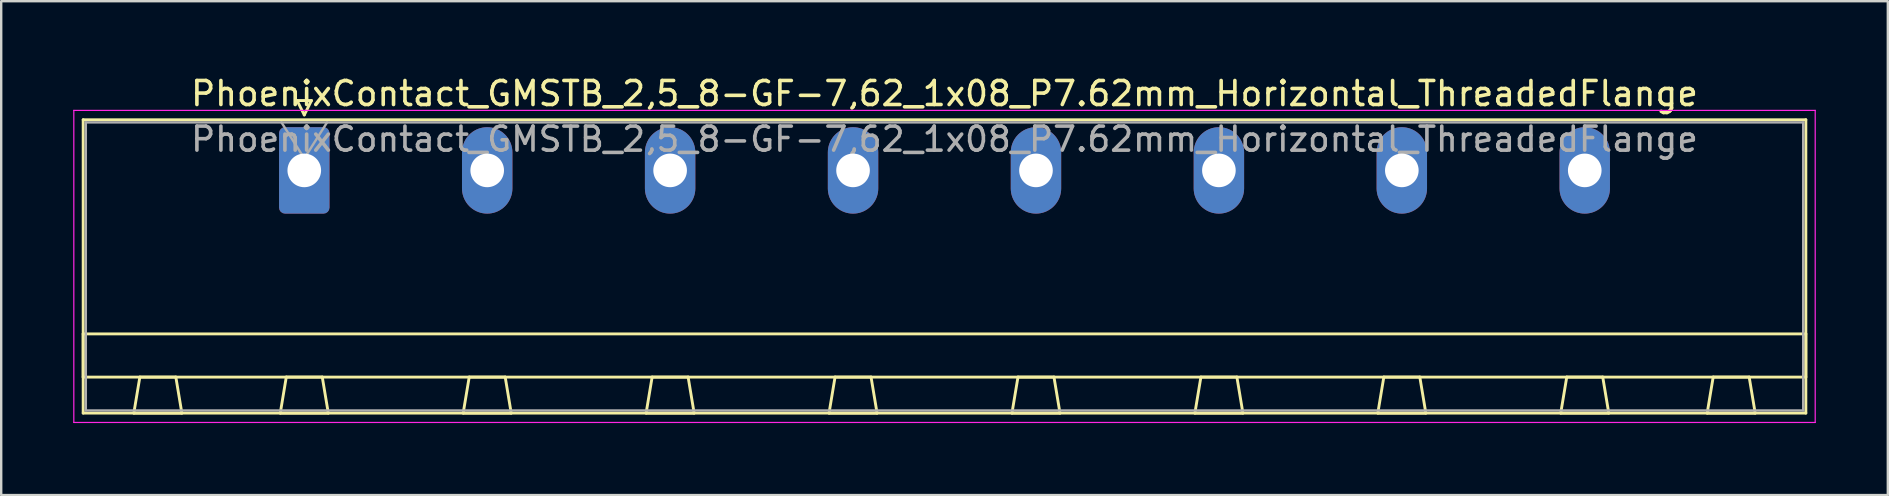
<source format=kicad_pcb>
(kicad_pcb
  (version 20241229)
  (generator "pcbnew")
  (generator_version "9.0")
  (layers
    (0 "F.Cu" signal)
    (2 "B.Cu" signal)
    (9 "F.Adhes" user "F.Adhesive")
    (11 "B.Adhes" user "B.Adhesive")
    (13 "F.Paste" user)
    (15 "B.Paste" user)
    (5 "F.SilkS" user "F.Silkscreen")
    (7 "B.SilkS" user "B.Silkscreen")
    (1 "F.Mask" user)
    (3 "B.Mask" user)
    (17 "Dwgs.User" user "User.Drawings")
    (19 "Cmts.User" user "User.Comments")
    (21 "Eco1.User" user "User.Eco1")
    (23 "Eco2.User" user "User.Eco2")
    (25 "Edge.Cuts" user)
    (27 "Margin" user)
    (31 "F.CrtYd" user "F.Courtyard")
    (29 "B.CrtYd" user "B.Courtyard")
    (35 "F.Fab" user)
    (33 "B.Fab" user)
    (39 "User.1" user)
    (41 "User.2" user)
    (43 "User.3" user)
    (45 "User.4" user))
  (footprint "PhoenixContact_GMSTB_2,5_8-GF-7,62_1x08_P7.62mm_Horizontal_ThreadedFlange"
    (layer "F.Cu")
    (at 9.625 4.048)
    (property "Reference" "PhoenixContact_GMSTB_2,5_8-GF-7,62_1x08_P7.62mm_Horizontal_ThreadedFlange" (at 26.67 -3.2 0) (layer "F.SilkS") (effects (font (size 1 1) (thickness 0.15))))
    (attr through_hole)
    (fp_line (start -9.21 -2.11) (end -9.21 10.11) (stroke (width 0.12) (type solid)) (layer "F.SilkS"))
    (fp_line (start -9.21 6.81) (end 62.55 6.81) (stroke (width 0.12) (type solid)) (layer "F.SilkS"))
    (fp_line (start -9.21 8.61) (end -9.21 6.81) (stroke (width 0.12) (type solid)) (layer "F.SilkS"))
    (fp_line (start -9.21 10.11) (end 62.55 10.11) (stroke (width 0.12) (type solid)) (layer "F.SilkS"))
    (fp_line (start -7.1 10.11) (end -5.1 10.11) (stroke (width 0.12) (type solid)) (layer "F.SilkS"))
    (fp_line (start -6.85 8.61) (end -7.1 10.11) (stroke (width 0.12) (type solid)) (layer "F.SilkS"))
    (fp_line (start -5.35 8.61) (end -6.85 8.61) (stroke (width 0.12) (type solid)) (layer "F.SilkS"))
    (fp_line (start -5.1 10.11) (end -5.35 8.61) (stroke (width 0.12) (type solid)) (layer "F.SilkS"))
    (fp_line (start -1 10.11) (end 1 10.11) (stroke (width 0.12) (type solid)) (layer "F.SilkS"))
    (fp_line (start -0.75 8.61) (end -1 10.11) (stroke (width 0.12) (type solid)) (layer "F.SilkS"))
    (fp_line (start -0.3 -2.91) (end 0.3 -2.91) (stroke (width 0.12) (type solid)) (layer "F.SilkS"))
    (fp_line (start 0 -2.31) (end -0.3 -2.91) (stroke (width 0.12) (type solid)) (layer "F.SilkS"))
    (fp_line (start 0.3 -2.91) (end 0 -2.31) (stroke (width 0.12) (type solid)) (layer "F.SilkS"))
    (fp_line (start 0.75 8.61) (end -0.75 8.61) (stroke (width 0.12) (type solid)) (layer "F.SilkS"))
    (fp_line (start 1 10.11) (end 0.75 8.61) (stroke (width 0.12) (type solid)) (layer "F.SilkS"))
    (fp_line (start 6.62 10.11) (end 8.62 10.11) (stroke (width 0.12) (type solid)) (layer "F.SilkS"))
    (fp_line (start 6.87 8.61) (end 6.62 10.11) (stroke (width 0.12) (type solid)) (layer "F.SilkS"))
    (fp_line (start 8.37 8.61) (end 6.87 8.61) (stroke (width 0.12) (type solid)) (layer "F.SilkS"))
    (fp_line (start 8.62 10.11) (end 8.37 8.61) (stroke (width 0.12) (type solid)) (layer "F.SilkS"))
    (fp_line (start 14.24 10.11) (end 16.24 10.11) (stroke (width 0.12) (type solid)) (layer "F.SilkS"))
    (fp_line (start 14.49 8.61) (end 14.24 10.11) (stroke (width 0.12) (type solid)) (layer "F.SilkS"))
    (fp_line (start 15.99 8.61) (end 14.49 8.61) (stroke (width 0.12) (type solid)) (layer "F.SilkS"))
    (fp_line (start 16.24 10.11) (end 15.99 8.61) (stroke (width 0.12) (type solid)) (layer "F.SilkS"))
    (fp_line (start 21.86 10.11) (end 23.86 10.11) (stroke (width 0.12) (type solid)) (layer "F.SilkS"))
    (fp_line (start 22.11 8.61) (end 21.86 10.11) (stroke (width 0.12) (type solid)) (layer "F.SilkS"))
    (fp_line (start 23.61 8.61) (end 22.11 8.61) (stroke (width 0.12) (type solid)) (layer "F.SilkS"))
    (fp_line (start 23.86 10.11) (end 23.61 8.61) (stroke (width 0.12) (type solid)) (layer "F.SilkS"))
    (fp_line (start 29.48 10.11) (end 31.48 10.11) (stroke (width 0.12) (type solid)) (layer "F.SilkS"))
    (fp_line (start 29.73 8.61) (end 29.48 10.11) (stroke (width 0.12) (type solid)) (layer "F.SilkS"))
    (fp_line (start 31.23 8.61) (end 29.73 8.61) (stroke (width 0.12) (type solid)) (layer "F.SilkS"))
    (fp_line (start 31.48 10.11) (end 31.23 8.61) (stroke (width 0.12) (type solid)) (layer "F.SilkS"))
    (fp_line (start 37.1 10.11) (end 39.1 10.11) (stroke (width 0.12) (type solid)) (layer "F.SilkS"))
    (fp_line (start 37.35 8.61) (end 37.1 10.11) (stroke (width 0.12) (type solid)) (layer "F.SilkS"))
    (fp_line (start 38.85 8.61) (end 37.35 8.61) (stroke (width 0.12) (type solid)) (layer "F.SilkS"))
    (fp_line (start 39.1 10.11) (end 38.85 8.61) (stroke (width 0.12) (type solid)) (layer "F.SilkS"))
    (fp_line (start 44.72 10.11) (end 46.72 10.11) (stroke (width 0.12) (type solid)) (layer "F.SilkS"))
    (fp_line (start 44.97 8.61) (end 44.72 10.11) (stroke (width 0.12) (type solid)) (layer "F.SilkS"))
    (fp_line (start 46.47 8.61) (end 44.97 8.61) (stroke (width 0.12) (type solid)) (layer "F.SilkS"))
    (fp_line (start 46.72 10.11) (end 46.47 8.61) (stroke (width 0.12) (type solid)) (layer "F.SilkS"))
    (fp_line (start 52.34 10.11) (end 54.34 10.11) (stroke (width 0.12) (type solid)) (layer "F.SilkS"))
    (fp_line (start 52.59 8.61) (end 52.34 10.11) (stroke (width 0.12) (type solid)) (layer "F.SilkS"))
    (fp_line (start 54.09 8.61) (end 52.59 8.61) (stroke (width 0.12) (type solid)) (layer "F.SilkS"))
    (fp_line (start 54.34 10.11) (end 54.09 8.61) (stroke (width 0.12) (type solid)) (layer "F.SilkS"))
    (fp_line (start 58.44 10.11) (end 60.44 10.11) (stroke (width 0.12) (type solid)) (layer "F.SilkS"))
    (fp_line (start 58.69 8.61) (end 58.44 10.11) (stroke (width 0.12) (type solid)) (layer "F.SilkS"))
    (fp_line (start 60.19 8.61) (end 58.69 8.61) (stroke (width 0.12) (type solid)) (layer "F.SilkS"))
    (fp_line (start 60.44 10.11) (end 60.19 8.61) (stroke (width 0.12) (type solid)) (layer "F.SilkS"))
    (fp_line (start 62.55 -2.11) (end -9.21 -2.11) (stroke (width 0.12) (type solid)) (layer "F.SilkS"))
    (fp_line (start 62.55 6.81) (end 62.55 8.61) (stroke (width 0.12) (type solid)) (layer "F.SilkS"))
    (fp_line (start 62.55 8.61) (end -9.21 8.61) (stroke (width 0.12) (type solid)) (layer "F.SilkS"))
    (fp_line (start 62.55 10.11) (end 62.55 -2.11) (stroke (width 0.12) (type solid)) (layer "F.SilkS"))
    (fp_line (start -9.6 -2.5) (end -9.6 10.5) (stroke (width 0.05) (type solid)) (layer "F.CrtYd"))
    (fp_line (start -9.6 10.5) (end 62.94 10.5) (stroke (width 0.05) (type solid)) (layer "F.CrtYd"))
    (fp_line (start 62.94 -2.5) (end -9.6 -2.5) (stroke (width 0.05) (type solid)) (layer "F.CrtYd"))
    (fp_line (start 62.94 10.5) (end 62.94 -2.5) (stroke (width 0.05) (type solid)) (layer "F.CrtYd"))
    (fp_line (start -9.1 -2) (end -9.1 10) (stroke (width 0.1) (type solid)) (layer "F.Fab"))
    (fp_line (start -9.1 10) (end 62.44 10) (stroke (width 0.1) (type solid)) (layer "F.Fab"))
    (fp_line (start 0 -0.5) (end -0.95 -2) (stroke (width 0.1) (type solid)) (layer "F.Fab"))
    (fp_line (start 0.95 -2) (end 0 -0.5) (stroke (width 0.1) (type solid)) (layer "F.Fab"))
    (fp_line (start 62.44 -2) (end -9.1 -2) (stroke (width 0.1) (type solid)) (layer "F.Fab"))
    (fp_line (start 62.44 10) (end 62.44 -2) (stroke (width 0.1) (type solid)) (layer "F.Fab"))
    (fp_text user "${REFERENCE}" (at 26.67 -1.3 0) (layer "F.Fab") (effects (font (size 1 1) (thickness 0.15))))
    (pad "1" thru_hole roundrect (at 0 0) (size 2.1 3.6) (drill 1.4) (layers "*.Cu" "*.Mask") (roundrect_rratio 0.119))
    (pad "2" thru_hole oval (at 7.62 0) (size 2.1 3.6) (drill 1.4) (layers "*.Cu" "*.Mask"))
    (pad "3" thru_hole oval (at 15.24 0) (size 2.1 3.6) (drill 1.4) (layers "*.Cu" "*.Mask"))
    (pad "4" thru_hole oval (at 22.86 0) (size 2.1 3.6) (drill 1.4) (layers "*.Cu" "*.Mask"))
    (pad "5" thru_hole oval (at 30.48 0) (size 2.1 3.6) (drill 1.4) (layers "*.Cu" "*.Mask"))
    (pad "6" thru_hole oval (at 38.1 0) (size 2.1 3.6) (drill 1.4) (layers "*.Cu" "*.Mask"))
    (pad "7" thru_hole oval (at 45.72 0) (size 2.1 3.6) (drill 1.4) (layers "*.Cu" "*.Mask"))
    (pad "8" thru_hole oval (at 53.34 0) (size 2.1 3.6) (drill 1.4) (layers "*.Cu" "*.Mask")))
  (gr_rect
    (start -3 -3)
    (end 75.59 17.573)
    (stroke (width 0.1) (type default))
    (fill no)
    (layer "Edge.Cuts")))
</source>
